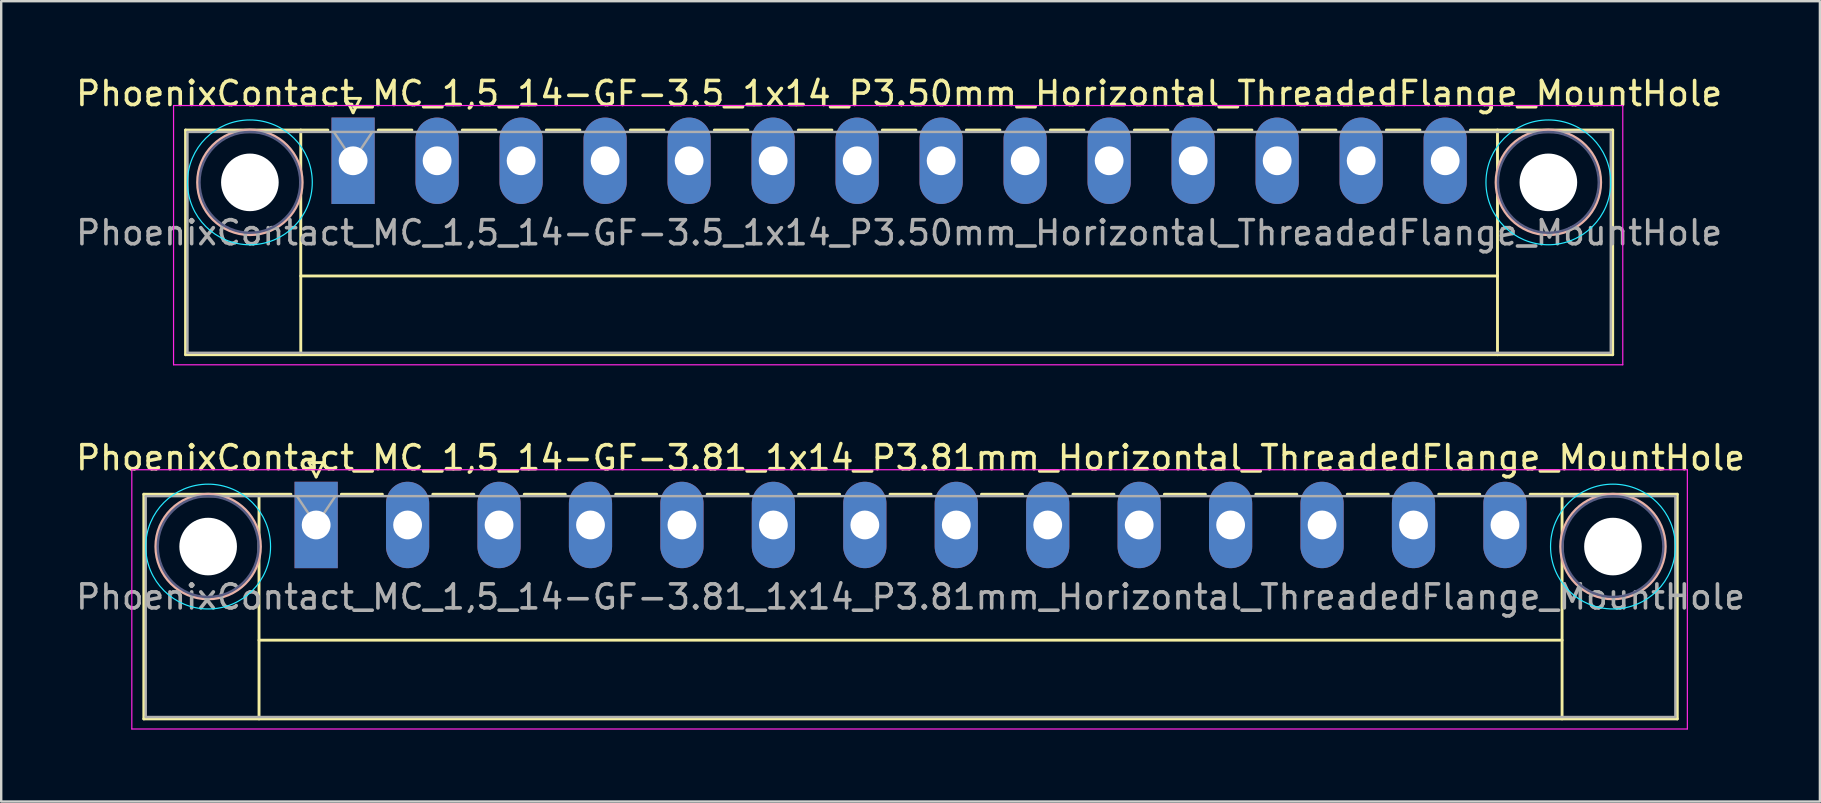
<source format=kicad_pcb>
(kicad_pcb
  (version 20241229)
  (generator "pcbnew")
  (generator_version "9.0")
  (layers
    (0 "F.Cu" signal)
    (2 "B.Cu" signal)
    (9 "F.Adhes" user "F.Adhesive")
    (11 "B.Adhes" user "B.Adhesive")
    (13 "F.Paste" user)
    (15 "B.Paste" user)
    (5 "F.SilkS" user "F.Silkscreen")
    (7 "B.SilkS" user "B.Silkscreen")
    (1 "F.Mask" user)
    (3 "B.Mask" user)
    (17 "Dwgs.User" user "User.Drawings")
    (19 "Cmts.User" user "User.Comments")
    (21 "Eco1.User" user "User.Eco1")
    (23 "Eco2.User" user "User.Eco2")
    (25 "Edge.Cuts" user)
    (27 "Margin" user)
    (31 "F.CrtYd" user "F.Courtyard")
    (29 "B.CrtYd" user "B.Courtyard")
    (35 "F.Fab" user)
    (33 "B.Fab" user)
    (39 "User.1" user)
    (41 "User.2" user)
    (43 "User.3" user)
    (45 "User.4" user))
  (footprint "PhoenixContact_MC_1,5_14-GF-3.5_1x14_P3.50mm_Horizontal_ThreadedFlange_MountHole"
    (layer "F.Cu")
    (at 11.661 3.648)
    (property "Reference" "PhoenixContact_MC_1,5_14-GF-3.5_1x14_P3.50mm_Horizontal_ThreadedFlange_MountHole" (at 22.75 -2.8 0) (layer "F.SilkS") (effects (font (size 1 1) (thickness 0.15))))
    (attr through_hole)
    (fp_line (start -6.98 -1.28) (end -6.98 8.08) (stroke (width 0.12) (type solid)) (layer "F.SilkS"))
    (fp_line (start -6.98 -1.28) (end -1.05 -1.28) (stroke (width 0.12) (type solid)) (layer "F.SilkS"))
    (fp_line (start -6.98 8.08) (end 52.48 8.08) (stroke (width 0.12) (type solid)) (layer "F.SilkS"))
    (fp_line (start -2.18 -1.28) (end -2.18 8.08) (stroke (width 0.12) (type solid)) (layer "F.SilkS"))
    (fp_line (start -2.18 4.8) (end 47.68 4.8) (stroke (width 0.12) (type solid)) (layer "F.SilkS"))
    (fp_line (start -0.3 -2.6) (end 0.3 -2.6) (stroke (width 0.12) (type solid)) (layer "F.SilkS"))
    (fp_line (start 0 -2) (end -0.3 -2.6) (stroke (width 0.12) (type solid)) (layer "F.SilkS"))
    (fp_line (start 0.3 -2.6) (end 0 -2) (stroke (width 0.12) (type solid)) (layer "F.SilkS"))
    (fp_line (start 1.05 -1.28) (end 2.45 -1.28) (stroke (width 0.12) (type solid)) (layer "F.SilkS"))
    (fp_line (start 4.55 -1.28) (end 5.95 -1.28) (stroke (width 0.12) (type solid)) (layer "F.SilkS"))
    (fp_line (start 8.05 -1.28) (end 9.45 -1.28) (stroke (width 0.12) (type solid)) (layer "F.SilkS"))
    (fp_line (start 11.55 -1.28) (end 12.95 -1.28) (stroke (width 0.12) (type solid)) (layer "F.SilkS"))
    (fp_line (start 15.05 -1.28) (end 16.45 -1.28) (stroke (width 0.12) (type solid)) (layer "F.SilkS"))
    (fp_line (start 18.55 -1.28) (end 19.95 -1.28) (stroke (width 0.12) (type solid)) (layer "F.SilkS"))
    (fp_line (start 22.05 -1.28) (end 23.45 -1.28) (stroke (width 0.12) (type solid)) (layer "F.SilkS"))
    (fp_line (start 25.55 -1.28) (end 26.95 -1.28) (stroke (width 0.12) (type solid)) (layer "F.SilkS"))
    (fp_line (start 29.05 -1.28) (end 30.45 -1.28) (stroke (width 0.12) (type solid)) (layer "F.SilkS"))
    (fp_line (start 32.55 -1.28) (end 33.95 -1.28) (stroke (width 0.12) (type solid)) (layer "F.SilkS"))
    (fp_line (start 36.05 -1.28) (end 37.45 -1.28) (stroke (width 0.12) (type solid)) (layer "F.SilkS"))
    (fp_line (start 39.55 -1.28) (end 40.95 -1.28) (stroke (width 0.12) (type solid)) (layer "F.SilkS"))
    (fp_line (start 43.05 -1.28) (end 44.45 -1.28) (stroke (width 0.12) (type solid)) (layer "F.SilkS"))
    (fp_line (start 47.68 -1.28) (end 47.68 8.08) (stroke (width 0.12) (type solid)) (layer "F.SilkS"))
    (fp_line (start 52.48 -1.28) (end 46.55 -1.28) (stroke (width 0.12) (type solid)) (layer "F.SilkS"))
    (fp_line (start 52.48 8.08) (end 52.48 -1.28) (stroke (width 0.12) (type solid)) (layer "F.SilkS"))
    (fp_circle (center -4.3 0.9) (end -2.12 0.9) (stroke (width 0.12) (type solid)) (fill no) (layer "B.SilkS"))
    (fp_circle (center 49.8 0.9) (end 51.98 0.9) (stroke (width 0.12) (type solid)) (fill no) (layer "B.SilkS"))
    (fp_circle (center -4.3 0.9) (end -1.7 0.9) (stroke (width 0.05) (type solid)) (fill no) (layer "B.CrtYd"))
    (fp_circle (center 49.8 0.9) (end 52.4 0.9) (stroke (width 0.05) (type solid)) (fill no) (layer "B.CrtYd"))
    (fp_line (start -7.48 -2.3) (end -7.48 8.5) (stroke (width 0.05) (type solid)) (layer "F.CrtYd"))
    (fp_line (start -7.48 8.5) (end 52.9 8.5) (stroke (width 0.05) (type solid)) (layer "F.CrtYd"))
    (fp_line (start 52.9 -2.3) (end -7.48 -2.3) (stroke (width 0.05) (type solid)) (layer "F.CrtYd"))
    (fp_line (start 52.9 8.5) (end 52.9 -2.3) (stroke (width 0.05) (type solid)) (layer "F.CrtYd"))
    (fp_circle (center -4.3 0.9) (end -2.2 0.9) (stroke (width 0.1) (type solid)) (fill no) (layer "B.Fab"))
    (fp_circle (center 49.8 0.9) (end 51.9 0.9) (stroke (width 0.1) (type solid)) (fill no) (layer "B.Fab"))
    (fp_line (start -6.9 -1.2) (end -6.9 8) (stroke (width 0.1) (type solid)) (layer "F.Fab"))
    (fp_line (start -6.9 8) (end 52.4 8) (stroke (width 0.1) (type solid)) (layer "F.Fab"))
    (fp_line (start 0 0) (end -0.8 -1.2) (stroke (width 0.1) (type solid)) (layer "F.Fab"))
    (fp_line (start 0.8 -1.2) (end 0 0) (stroke (width 0.1) (type solid)) (layer "F.Fab"))
    (fp_line (start 52.4 -1.2) (end -6.9 -1.2) (stroke (width 0.1) (type solid)) (layer "F.Fab"))
    (fp_line (start 52.4 8) (end 52.4 -1.2) (stroke (width 0.1) (type solid)) (layer "F.Fab"))
    (fp_text user "${REFERENCE}" (at 22.75 3 0) (layer "F.Fab") (effects (font (size 1 1) (thickness 0.15))))
    (pad "" np_thru_hole circle (at -4.3 0.9) (size 2.4 2.4) (drill 2.4) (layers "*.Cu" "*.Mask"))
    (pad "" np_thru_hole circle (at 49.8 0.9) (size 2.4 2.4) (drill 2.4) (layers "*.Cu" "*.Mask"))
    (pad "1" thru_hole rect (at 0 0) (size 1.8 3.6) (drill 1.2) (layers "*.Cu" "*.Mask"))
    (pad "2" thru_hole oval (at 3.5 0) (size 1.8 3.6) (drill 1.2) (layers "*.Cu" "*.Mask"))
    (pad "3" thru_hole oval (at 7 0) (size 1.8 3.6) (drill 1.2) (layers "*.Cu" "*.Mask"))
    (pad "4" thru_hole oval (at 10.5 0) (size 1.8 3.6) (drill 1.2) (layers "*.Cu" "*.Mask"))
    (pad "5" thru_hole oval (at 14 0) (size 1.8 3.6) (drill 1.2) (layers "*.Cu" "*.Mask"))
    (pad "6" thru_hole oval (at 17.5 0) (size 1.8 3.6) (drill 1.2) (layers "*.Cu" "*.Mask"))
    (pad "7" thru_hole oval (at 21 0) (size 1.8 3.6) (drill 1.2) (layers "*.Cu" "*.Mask"))
    (pad "8" thru_hole oval (at 24.5 0) (size 1.8 3.6) (drill 1.2) (layers "*.Cu" "*.Mask"))
    (pad "9" thru_hole oval (at 28 0) (size 1.8 3.6) (drill 1.2) (layers "*.Cu" "*.Mask"))
    (pad "10" thru_hole oval (at 31.5 0) (size 1.8 3.6) (drill 1.2) (layers "*.Cu" "*.Mask"))
    (pad "11" thru_hole oval (at 35 0) (size 1.8 3.6) (drill 1.2) (layers "*.Cu" "*.Mask"))
    (pad "12" thru_hole oval (at 38.5 0) (size 1.8 3.6) (drill 1.2) (layers "*.Cu" "*.Mask"))
    (pad "13" thru_hole oval (at 42 0) (size 1.8 3.6) (drill 1.2) (layers "*.Cu" "*.Mask"))
    (pad "14" thru_hole oval (at 45.5 0) (size 1.8 3.6) (drill 1.2) (layers "*.Cu" "*.Mask")))
  (footprint "PhoenixContact_MC_1,5_14-GF-3.81_1x14_P3.81mm_Horizontal_ThreadedFlange_MountHole"
    (layer "F.Cu")
    (at 10.122 18.822)
    (property "Reference" "PhoenixContact_MC_1,5_14-GF-3.81_1x14_P3.81mm_Horizontal_ThreadedFlange_MountHole" (at 24.765 -2.8 0) (layer "F.SilkS") (effects (font (size 1 1) (thickness 0.15))))
    (attr through_hole)
    (fp_line (start -7.18 -1.28) (end -7.18 8.08) (stroke (width 0.12) (type solid)) (layer "F.SilkS"))
    (fp_line (start -7.18 -1.28) (end -1.05 -1.28) (stroke (width 0.12) (type solid)) (layer "F.SilkS"))
    (fp_line (start -7.18 8.08) (end 56.71 8.08) (stroke (width 0.12) (type solid)) (layer "F.SilkS"))
    (fp_line (start -2.38 -1.28) (end -2.38 8.08) (stroke (width 0.12) (type solid)) (layer "F.SilkS"))
    (fp_line (start -2.38 4.8) (end 51.91 4.8) (stroke (width 0.12) (type solid)) (layer "F.SilkS"))
    (fp_line (start -0.3 -2.6) (end 0.3 -2.6) (stroke (width 0.12) (type solid)) (layer "F.SilkS"))
    (fp_line (start 0 -2) (end -0.3 -2.6) (stroke (width 0.12) (type solid)) (layer "F.SilkS"))
    (fp_line (start 0.3 -2.6) (end 0 -2) (stroke (width 0.12) (type solid)) (layer "F.SilkS"))
    (fp_line (start 1.05 -1.28) (end 2.76 -1.28) (stroke (width 0.12) (type solid)) (layer "F.SilkS"))
    (fp_line (start 4.86 -1.28) (end 6.57 -1.28) (stroke (width 0.12) (type solid)) (layer "F.SilkS"))
    (fp_line (start 8.67 -1.28) (end 10.38 -1.28) (stroke (width 0.12) (type solid)) (layer "F.SilkS"))
    (fp_line (start 12.48 -1.28) (end 14.19 -1.28) (stroke (width 0.12) (type solid)) (layer "F.SilkS"))
    (fp_line (start 16.29 -1.28) (end 18 -1.28) (stroke (width 0.12) (type solid)) (layer "F.SilkS"))
    (fp_line (start 20.1 -1.28) (end 21.81 -1.28) (stroke (width 0.12) (type solid)) (layer "F.SilkS"))
    (fp_line (start 23.91 -1.28) (end 25.62 -1.28) (stroke (width 0.12) (type solid)) (layer "F.SilkS"))
    (fp_line (start 27.72 -1.28) (end 29.43 -1.28) (stroke (width 0.12) (type solid)) (layer "F.SilkS"))
    (fp_line (start 31.53 -1.28) (end 33.24 -1.28) (stroke (width 0.12) (type solid)) (layer "F.SilkS"))
    (fp_line (start 35.34 -1.28) (end 37.05 -1.28) (stroke (width 0.12) (type solid)) (layer "F.SilkS"))
    (fp_line (start 39.15 -1.28) (end 40.86 -1.28) (stroke (width 0.12) (type solid)) (layer "F.SilkS"))
    (fp_line (start 42.96 -1.28) (end 44.67 -1.28) (stroke (width 0.12) (type solid)) (layer "F.SilkS"))
    (fp_line (start 46.77 -1.28) (end 48.48 -1.28) (stroke (width 0.12) (type solid)) (layer "F.SilkS"))
    (fp_line (start 51.91 -1.28) (end 51.91 8.08) (stroke (width 0.12) (type solid)) (layer "F.SilkS"))
    (fp_line (start 56.71 -1.28) (end 50.58 -1.28) (stroke (width 0.12) (type solid)) (layer "F.SilkS"))
    (fp_line (start 56.71 8.08) (end 56.71 -1.28) (stroke (width 0.12) (type solid)) (layer "F.SilkS"))
    (fp_circle (center -4.5 0.9) (end -2.32 0.9) (stroke (width 0.12) (type solid)) (fill no) (layer "B.SilkS"))
    (fp_circle (center 54.03 0.9) (end 56.21 0.9) (stroke (width 0.12) (type solid)) (fill no) (layer "B.SilkS"))
    (fp_circle (center -4.5 0.9) (end -1.9 0.9) (stroke (width 0.05) (type solid)) (fill no) (layer "B.CrtYd"))
    (fp_circle (center 54.03 0.9) (end 56.63 0.9) (stroke (width 0.05) (type solid)) (fill no) (layer "B.CrtYd"))
    (fp_line (start -7.68 -2.3) (end -7.68 8.5) (stroke (width 0.05) (type solid)) (layer "F.CrtYd"))
    (fp_line (start -7.68 8.5) (end 57.13 8.5) (stroke (width 0.05) (type solid)) (layer "F.CrtYd"))
    (fp_line (start 57.13 -2.3) (end -7.68 -2.3) (stroke (width 0.05) (type solid)) (layer "F.CrtYd"))
    (fp_line (start 57.13 8.5) (end 57.13 -2.3) (stroke (width 0.05) (type solid)) (layer "F.CrtYd"))
    (fp_circle (center -4.5 0.9) (end -2.4 0.9) (stroke (width 0.1) (type solid)) (fill no) (layer "B.Fab"))
    (fp_circle (center 54.03 0.9) (end 56.13 0.9) (stroke (width 0.1) (type solid)) (fill no) (layer "B.Fab"))
    (fp_line (start -7.1 -1.2) (end -7.1 8) (stroke (width 0.1) (type solid)) (layer "F.Fab"))
    (fp_line (start -7.1 8) (end 56.63 8) (stroke (width 0.1) (type solid)) (layer "F.Fab"))
    (fp_line (start 0 0) (end -0.8 -1.2) (stroke (width 0.1) (type solid)) (layer "F.Fab"))
    (fp_line (start 0.8 -1.2) (end 0 0) (stroke (width 0.1) (type solid)) (layer "F.Fab"))
    (fp_line (start 56.63 -1.2) (end -7.1 -1.2) (stroke (width 0.1) (type solid)) (layer "F.Fab"))
    (fp_line (start 56.63 8) (end 56.63 -1.2) (stroke (width 0.1) (type solid)) (layer "F.Fab"))
    (fp_text user "${REFERENCE}" (at 24.765 3 0) (layer "F.Fab") (effects (font (size 1 1) (thickness 0.15))))
    (pad "" np_thru_hole circle (at -4.5 0.9) (size 2.4 2.4) (drill 2.4) (layers "*.Cu" "*.Mask"))
    (pad "" np_thru_hole circle (at 54.03 0.9) (size 2.4 2.4) (drill 2.4) (layers "*.Cu" "*.Mask"))
    (pad "1" thru_hole rect (at 0 0) (size 1.8 3.6) (drill 1.2) (layers "*.Cu" "*.Mask"))
    (pad "2" thru_hole oval (at 3.81 0) (size 1.8 3.6) (drill 1.2) (layers "*.Cu" "*.Mask"))
    (pad "3" thru_hole oval (at 7.62 0) (size 1.8 3.6) (drill 1.2) (layers "*.Cu" "*.Mask"))
    (pad "4" thru_hole oval (at 11.43 0) (size 1.8 3.6) (drill 1.2) (layers "*.Cu" "*.Mask"))
    (pad "5" thru_hole oval (at 15.24 0) (size 1.8 3.6) (drill 1.2) (layers "*.Cu" "*.Mask"))
    (pad "6" thru_hole oval (at 19.05 0) (size 1.8 3.6) (drill 1.2) (layers "*.Cu" "*.Mask"))
    (pad "7" thru_hole oval (at 22.86 0) (size 1.8 3.6) (drill 1.2) (layers "*.Cu" "*.Mask"))
    (pad "8" thru_hole oval (at 26.67 0) (size 1.8 3.6) (drill 1.2) (layers "*.Cu" "*.Mask"))
    (pad "9" thru_hole oval (at 30.48 0) (size 1.8 3.6) (drill 1.2) (layers "*.Cu" "*.Mask"))
    (pad "10" thru_hole oval (at 34.29 0) (size 1.8 3.6) (drill 1.2) (layers "*.Cu" "*.Mask"))
    (pad "11" thru_hole oval (at 38.1 0) (size 1.8 3.6) (drill 1.2) (layers "*.Cu" "*.Mask"))
    (pad "12" thru_hole oval (at 41.91 0) (size 1.8 3.6) (drill 1.2) (layers "*.Cu" "*.Mask"))
    (pad "13" thru_hole oval (at 45.72 0) (size 1.8 3.6) (drill 1.2) (layers "*.Cu" "*.Mask"))
    (pad "14" thru_hole oval (at 49.53 0) (size 1.8 3.6) (drill 1.2) (layers "*.Cu" "*.Mask")))
  (gr_rect
    (start -3 -3)
    (end 72.774 30.346)
    (stroke (width 0.1) (type default))
    (fill no)
    (layer "Edge.Cuts")))
</source>
